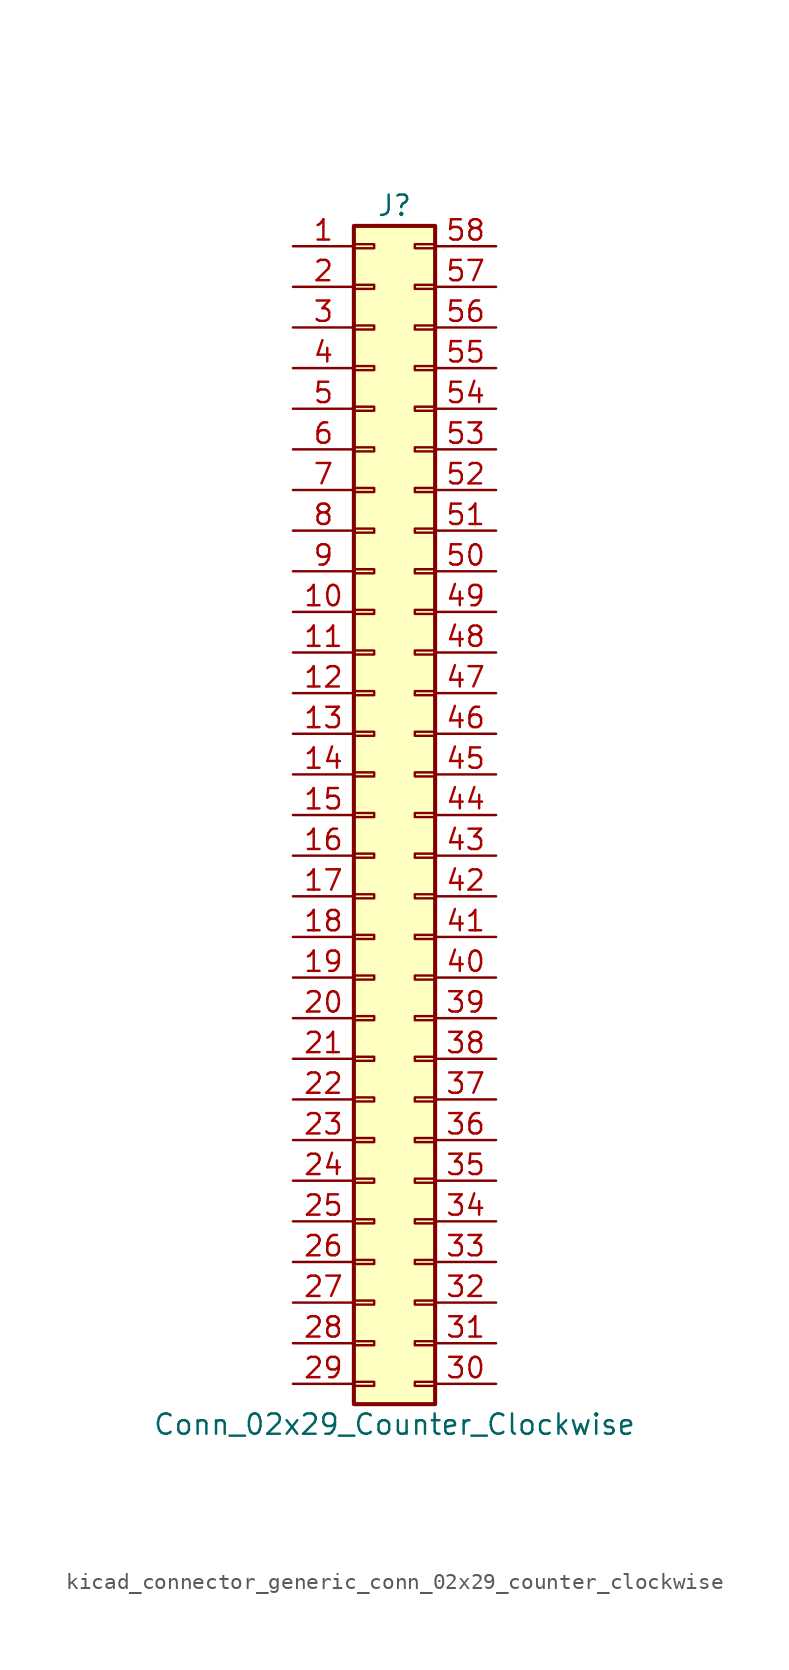
<source format=kicad_sym>
(kicad_symbol_lib
  (version 20220914)
  (generator kicad_symbol_editor)
  (symbol "kicad_connector_generic_conn_02x29_counter_clockwise"
    (pin_names
      (offset 1.016) hide)
    (property "Reference" "J"
      (at 1.27 38.1 0)
      (effects (font (size 1.27 1.27))))
    (property "Value" "Conn_02x29_Counter_Clockwise"
      (at 1.27 -38.1 0)
      (effects (font (size 1.27 1.27))))
    (symbol "kicad_connector_generic_conn_02x29_counter_clockwise_1_1"
      (rectangle (start -1.27 -35.433) (end 0 -35.687) (stroke (width 0.152) (type default)) (fill (type none)))
      (rectangle (start -1.27 -32.893) (end 0 -33.147) (stroke (width 0.152) (type default)) (fill (type none)))
      (rectangle (start -1.27 -30.353) (end 0 -30.607) (stroke (width 0.152) (type default)) (fill (type none)))
      (rectangle (start -1.27 -27.813) (end 0 -28.067) (stroke (width 0.152) (type default)) (fill (type none)))
      (rectangle (start -1.27 -25.273) (end 0 -25.527) (stroke (width 0.152) (type default)) (fill (type none)))
      (rectangle (start -1.27 -22.733) (end 0 -22.987) (stroke (width 0.152) (type default)) (fill (type none)))
      (rectangle (start -1.27 -20.193) (end 0 -20.447) (stroke (width 0.152) (type default)) (fill (type none)))
      (rectangle (start -1.27 -17.653) (end 0 -17.907) (stroke (width 0.152) (type default)) (fill (type none)))
      (rectangle (start -1.27 -15.113) (end 0 -15.367) (stroke (width 0.152) (type default)) (fill (type none)))
      (rectangle (start -1.27 -12.573) (end 0 -12.827) (stroke (width 0.152) (type default)) (fill (type none)))
      (rectangle (start -1.27 -10.033) (end 0 -10.287) (stroke (width 0.152) (type default)) (fill (type none)))
      (rectangle (start -1.27 -7.493) (end 0 -7.747) (stroke (width 0.152) (type default)) (fill (type none)))
      (rectangle (start -1.27 -4.953) (end 0 -5.207) (stroke (width 0.152) (type default)) (fill (type none)))
      (rectangle (start -1.27 -2.413) (end 0 -2.667) (stroke (width 0.152) (type default)) (fill (type none)))
      (rectangle (start -1.27 0.127) (end 0 -0.127) (stroke (width 0.152) (type default)) (fill (type none)))
      (rectangle (start -1.27 2.667) (end 0 2.413) (stroke (width 0.152) (type default)) (fill (type none)))
      (rectangle (start -1.27 5.207) (end 0 4.953) (stroke (width 0.152) (type default)) (fill (type none)))
      (rectangle (start -1.27 7.747) (end 0 7.493) (stroke (width 0.152) (type default)) (fill (type none)))
      (rectangle (start -1.27 10.287) (end 0 10.033) (stroke (width 0.152) (type default)) (fill (type none)))
      (rectangle (start -1.27 12.827) (end 0 12.573) (stroke (width 0.152) (type default)) (fill (type none)))
      (rectangle (start -1.27 15.367) (end 0 15.113) (stroke (width 0.152) (type default)) (fill (type none)))
      (rectangle (start -1.27 17.907) (end 0 17.653) (stroke (width 0.152) (type default)) (fill (type none)))
      (rectangle (start -1.27 20.447) (end 0 20.193) (stroke (width 0.152) (type default)) (fill (type none)))
      (rectangle (start -1.27 22.987) (end 0 22.733) (stroke (width 0.152) (type default)) (fill (type none)))
      (rectangle (start -1.27 25.527) (end 0 25.273) (stroke (width 0.152) (type default)) (fill (type none)))
      (rectangle (start -1.27 28.067) (end 0 27.813) (stroke (width 0.152) (type default)) (fill (type none)))
      (rectangle (start -1.27 30.607) (end 0 30.353) (stroke (width 0.152) (type default)) (fill (type none)))
      (rectangle (start -1.27 33.147) (end 0 32.893) (stroke (width 0.152) (type default)) (fill (type none)))
      (rectangle (start -1.27 35.687) (end 0 35.433) (stroke (width 0.152) (type default)) (fill (type none)))
      (rectangle (start -1.27 36.83) (end 3.81 -36.83) (stroke (width 0.254) (type default)) (fill (type background)))
      (rectangle (start 3.81 -35.433) (end 2.54 -35.687) (stroke (width 0.152) (type default)) (fill (type none)))
      (rectangle (start 3.81 -32.893) (end 2.54 -33.147) (stroke (width 0.152) (type default)) (fill (type none)))
      (rectangle (start 3.81 -30.353) (end 2.54 -30.607) (stroke (width 0.152) (type default)) (fill (type none)))
      (rectangle (start 3.81 -27.813) (end 2.54 -28.067) (stroke (width 0.152) (type default)) (fill (type none)))
      (rectangle (start 3.81 -25.273) (end 2.54 -25.527) (stroke (width 0.152) (type default)) (fill (type none)))
      (rectangle (start 3.81 -22.733) (end 2.54 -22.987) (stroke (width 0.152) (type default)) (fill (type none)))
      (rectangle (start 3.81 -20.193) (end 2.54 -20.447) (stroke (width 0.152) (type default)) (fill (type none)))
      (rectangle (start 3.81 -17.653) (end 2.54 -17.907) (stroke (width 0.152) (type default)) (fill (type none)))
      (rectangle (start 3.81 -15.113) (end 2.54 -15.367) (stroke (width 0.152) (type default)) (fill (type none)))
      (rectangle (start 3.81 -12.573) (end 2.54 -12.827) (stroke (width 0.152) (type default)) (fill (type none)))
      (rectangle (start 3.81 -10.033) (end 2.54 -10.287) (stroke (width 0.152) (type default)) (fill (type none)))
      (rectangle (start 3.81 -7.493) (end 2.54 -7.747) (stroke (width 0.152) (type default)) (fill (type none)))
      (rectangle (start 3.81 -4.953) (end 2.54 -5.207) (stroke (width 0.152) (type default)) (fill (type none)))
      (rectangle (start 3.81 -2.413) (end 2.54 -2.667) (stroke (width 0.152) (type default)) (fill (type none)))
      (rectangle (start 3.81 0.127) (end 2.54 -0.127) (stroke (width 0.152) (type default)) (fill (type none)))
      (rectangle (start 3.81 2.667) (end 2.54 2.413) (stroke (width 0.152) (type default)) (fill (type none)))
      (rectangle (start 3.81 5.207) (end 2.54 4.953) (stroke (width 0.152) (type default)) (fill (type none)))
      (rectangle (start 3.81 7.747) (end 2.54 7.493) (stroke (width 0.152) (type default)) (fill (type none)))
      (rectangle (start 3.81 10.287) (end 2.54 10.033) (stroke (width 0.152) (type default)) (fill (type none)))
      (rectangle (start 3.81 12.827) (end 2.54 12.573) (stroke (width 0.152) (type default)) (fill (type none)))
      (rectangle (start 3.81 15.367) (end 2.54 15.113) (stroke (width 0.152) (type default)) (fill (type none)))
      (rectangle (start 3.81 17.907) (end 2.54 17.653) (stroke (width 0.152) (type default)) (fill (type none)))
      (rectangle (start 3.81 20.447) (end 2.54 20.193) (stroke (width 0.152) (type default)) (fill (type none)))
      (rectangle (start 3.81 22.987) (end 2.54 22.733) (stroke (width 0.152) (type default)) (fill (type none)))
      (rectangle (start 3.81 25.527) (end 2.54 25.273) (stroke (width 0.152) (type default)) (fill (type none)))
      (rectangle (start 3.81 28.067) (end 2.54 27.813) (stroke (width 0.152) (type default)) (fill (type none)))
      (rectangle (start 3.81 30.607) (end 2.54 30.353) (stroke (width 0.152) (type default)) (fill (type none)))
      (rectangle (start 3.81 33.147) (end 2.54 32.893) (stroke (width 0.152) (type default)) (fill (type none)))
      (rectangle (start 3.81 35.687) (end 2.54 35.433) (stroke (width 0.152) (type default)) (fill (type none)))
      (pin passive line (at -5.08 35.56 0) (length 3.81) (name "Pin_1" (effects (font (size 1.27 1.27)))) (number "1" (effects (font (size 1.27 1.27)))))
      (pin passive line (at -5.08 12.7 0) (length 3.81) (name "Pin_10" (effects (font (size 1.27 1.27)))) (number "10" (effects (font (size 1.27 1.27)))))
      (pin passive line (at -5.08 10.16 0) (length 3.81) (name "Pin_11" (effects (font (size 1.27 1.27)))) (number "11" (effects (font (size 1.27 1.27)))))
      (pin passive line (at -5.08 7.62 0) (length 3.81) (name "Pin_12" (effects (font (size 1.27 1.27)))) (number "12" (effects (font (size 1.27 1.27)))))
      (pin passive line (at -5.08 5.08 0) (length 3.81) (name "Pin_13" (effects (font (size 1.27 1.27)))) (number "13" (effects (font (size 1.27 1.27)))))
      (pin passive line (at -5.08 2.54 0) (length 3.81) (name "Pin_14" (effects (font (size 1.27 1.27)))) (number "14" (effects (font (size 1.27 1.27)))))
      (pin passive line (at -5.08 0 0) (length 3.81) (name "Pin_15" (effects (font (size 1.27 1.27)))) (number "15" (effects (font (size 1.27 1.27)))))
      (pin passive line (at -5.08 -2.54 0) (length 3.81) (name "Pin_16" (effects (font (size 1.27 1.27)))) (number "16" (effects (font (size 1.27 1.27)))))
      (pin passive line (at -5.08 -5.08 0) (length 3.81) (name "Pin_17" (effects (font (size 1.27 1.27)))) (number "17" (effects (font (size 1.27 1.27)))))
      (pin passive line (at -5.08 -7.62 0) (length 3.81) (name "Pin_18" (effects (font (size 1.27 1.27)))) (number "18" (effects (font (size 1.27 1.27)))))
      (pin passive line (at -5.08 -10.16 0) (length 3.81) (name "Pin_19" (effects (font (size 1.27 1.27)))) (number "19" (effects (font (size 1.27 1.27)))))
      (pin passive line (at -5.08 33.02 0) (length 3.81) (name "Pin_2" (effects (font (size 1.27 1.27)))) (number "2" (effects (font (size 1.27 1.27)))))
      (pin passive line (at -5.08 -12.7 0) (length 3.81) (name "Pin_20" (effects (font (size 1.27 1.27)))) (number "20" (effects (font (size 1.27 1.27)))))
      (pin passive line (at -5.08 -15.24 0) (length 3.81) (name "Pin_21" (effects (font (size 1.27 1.27)))) (number "21" (effects (font (size 1.27 1.27)))))
      (pin passive line (at -5.08 -17.78 0) (length 3.81) (name "Pin_22" (effects (font (size 1.27 1.27)))) (number "22" (effects (font (size 1.27 1.27)))))
      (pin passive line (at -5.08 -20.32 0) (length 3.81) (name "Pin_23" (effects (font (size 1.27 1.27)))) (number "23" (effects (font (size 1.27 1.27)))))
      (pin passive line (at -5.08 -22.86 0) (length 3.81) (name "Pin_24" (effects (font (size 1.27 1.27)))) (number "24" (effects (font (size 1.27 1.27)))))
      (pin passive line (at -5.08 -25.4 0) (length 3.81) (name "Pin_25" (effects (font (size 1.27 1.27)))) (number "25" (effects (font (size 1.27 1.27)))))
      (pin passive line (at -5.08 -27.94 0) (length 3.81) (name "Pin_26" (effects (font (size 1.27 1.27)))) (number "26" (effects (font (size 1.27 1.27)))))
      (pin passive line (at -5.08 -30.48 0) (length 3.81) (name "Pin_27" (effects (font (size 1.27 1.27)))) (number "27" (effects (font (size 1.27 1.27)))))
      (pin passive line (at -5.08 -33.02 0) (length 3.81) (name "Pin_28" (effects (font (size 1.27 1.27)))) (number "28" (effects (font (size 1.27 1.27)))))
      (pin passive line (at -5.08 -35.56 0) (length 3.81) (name "Pin_29" (effects (font (size 1.27 1.27)))) (number "29" (effects (font (size 1.27 1.27)))))
      (pin passive line (at -5.08 30.48 0) (length 3.81) (name "Pin_3" (effects (font (size 1.27 1.27)))) (number "3" (effects (font (size 1.27 1.27)))))
      (pin passive line (at 7.62 -35.56 180) (length 3.81) (name "Pin_30" (effects (font (size 1.27 1.27)))) (number "30" (effects (font (size 1.27 1.27)))))
      (pin passive line (at 7.62 -33.02 180) (length 3.81) (name "Pin_31" (effects (font (size 1.27 1.27)))) (number "31" (effects (font (size 1.27 1.27)))))
      (pin passive line (at 7.62 -30.48 180) (length 3.81) (name "Pin_32" (effects (font (size 1.27 1.27)))) (number "32" (effects (font (size 1.27 1.27)))))
      (pin passive line (at 7.62 -27.94 180) (length 3.81) (name "Pin_33" (effects (font (size 1.27 1.27)))) (number "33" (effects (font (size 1.27 1.27)))))
      (pin passive line (at 7.62 -25.4 180) (length 3.81) (name "Pin_34" (effects (font (size 1.27 1.27)))) (number "34" (effects (font (size 1.27 1.27)))))
      (pin passive line (at 7.62 -22.86 180) (length 3.81) (name "Pin_35" (effects (font (size 1.27 1.27)))) (number "35" (effects (font (size 1.27 1.27)))))
      (pin passive line (at 7.62 -20.32 180) (length 3.81) (name "Pin_36" (effects (font (size 1.27 1.27)))) (number "36" (effects (font (size 1.27 1.27)))))
      (pin passive line (at 7.62 -17.78 180) (length 3.81) (name "Pin_37" (effects (font (size 1.27 1.27)))) (number "37" (effects (font (size 1.27 1.27)))))
      (pin passive line (at 7.62 -15.24 180) (length 3.81) (name "Pin_38" (effects (font (size 1.27 1.27)))) (number "38" (effects (font (size 1.27 1.27)))))
      (pin passive line (at 7.62 -12.7 180) (length 3.81) (name "Pin_39" (effects (font (size 1.27 1.27)))) (number "39" (effects (font (size 1.27 1.27)))))
      (pin passive line (at -5.08 27.94 0) (length 3.81) (name "Pin_4" (effects (font (size 1.27 1.27)))) (number "4" (effects (font (size 1.27 1.27)))))
      (pin passive line (at 7.62 -10.16 180) (length 3.81) (name "Pin_40" (effects (font (size 1.27 1.27)))) (number "40" (effects (font (size 1.27 1.27)))))
      (pin passive line (at 7.62 -7.62 180) (length 3.81) (name "Pin_41" (effects (font (size 1.27 1.27)))) (number "41" (effects (font (size 1.27 1.27)))))
      (pin passive line (at 7.62 -5.08 180) (length 3.81) (name "Pin_42" (effects (font (size 1.27 1.27)))) (number "42" (effects (font (size 1.27 1.27)))))
      (pin passive line (at 7.62 -2.54 180) (length 3.81) (name "Pin_43" (effects (font (size 1.27 1.27)))) (number "43" (effects (font (size 1.27 1.27)))))
      (pin passive line (at 7.62 0 180) (length 3.81) (name "Pin_44" (effects (font (size 1.27 1.27)))) (number "44" (effects (font (size 1.27 1.27)))))
      (pin passive line (at 7.62 2.54 180) (length 3.81) (name "Pin_45" (effects (font (size 1.27 1.27)))) (number "45" (effects (font (size 1.27 1.27)))))
      (pin passive line (at 7.62 5.08 180) (length 3.81) (name "Pin_46" (effects (font (size 1.27 1.27)))) (number "46" (effects (font (size 1.27 1.27)))))
      (pin passive line (at 7.62 7.62 180) (length 3.81) (name "Pin_47" (effects (font (size 1.27 1.27)))) (number "47" (effects (font (size 1.27 1.27)))))
      (pin passive line (at 7.62 10.16 180) (length 3.81) (name "Pin_48" (effects (font (size 1.27 1.27)))) (number "48" (effects (font (size 1.27 1.27)))))
      (pin passive line (at 7.62 12.7 180) (length 3.81) (name "Pin_49" (effects (font (size 1.27 1.27)))) (number "49" (effects (font (size 1.27 1.27)))))
      (pin passive line (at -5.08 25.4 0) (length 3.81) (name "Pin_5" (effects (font (size 1.27 1.27)))) (number "5" (effects (font (size 1.27 1.27)))))
      (pin passive line (at 7.62 15.24 180) (length 3.81) (name "Pin_50" (effects (font (size 1.27 1.27)))) (number "50" (effects (font (size 1.27 1.27)))))
      (pin passive line (at 7.62 17.78 180) (length 3.81) (name "Pin_51" (effects (font (size 1.27 1.27)))) (number "51" (effects (font (size 1.27 1.27)))))
      (pin passive line (at 7.62 20.32 180) (length 3.81) (name "Pin_52" (effects (font (size 1.27 1.27)))) (number "52" (effects (font (size 1.27 1.27)))))
      (pin passive line (at 7.62 22.86 180) (length 3.81) (name "Pin_53" (effects (font (size 1.27 1.27)))) (number "53" (effects (font (size 1.27 1.27)))))
      (pin passive line (at 7.62 25.4 180) (length 3.81) (name "Pin_54" (effects (font (size 1.27 1.27)))) (number "54" (effects (font (size 1.27 1.27)))))
      (pin passive line (at 7.62 27.94 180) (length 3.81) (name "Pin_55" (effects (font (size 1.27 1.27)))) (number "55" (effects (font (size 1.27 1.27)))))
      (pin passive line (at 7.62 30.48 180) (length 3.81) (name "Pin_56" (effects (font (size 1.27 1.27)))) (number "56" (effects (font (size 1.27 1.27)))))
      (pin passive line (at 7.62 33.02 180) (length 3.81) (name "Pin_57" (effects (font (size 1.27 1.27)))) (number "57" (effects (font (size 1.27 1.27)))))
      (pin passive line (at 7.62 35.56 180) (length 3.81) (name "Pin_58" (effects (font (size 1.27 1.27)))) (number "58" (effects (font (size 1.27 1.27)))))
      (pin passive line (at -5.08 22.86 0) (length 3.81) (name "Pin_6" (effects (font (size 1.27 1.27)))) (number "6" (effects (font (size 1.27 1.27)))))
      (pin passive line (at -5.08 20.32 0) (length 3.81) (name "Pin_7" (effects (font (size 1.27 1.27)))) (number "7" (effects (font (size 1.27 1.27)))))
      (pin passive line (at -5.08 17.78 0) (length 3.81) (name "Pin_8" (effects (font (size 1.27 1.27)))) (number "8" (effects (font (size 1.27 1.27)))))
      (pin passive line (at -5.08 15.24 0) (length 3.81) (name "Pin_9" (effects (font (size 1.27 1.27)))) (number "9" (effects (font (size 1.27 1.27))))))))
</source>
